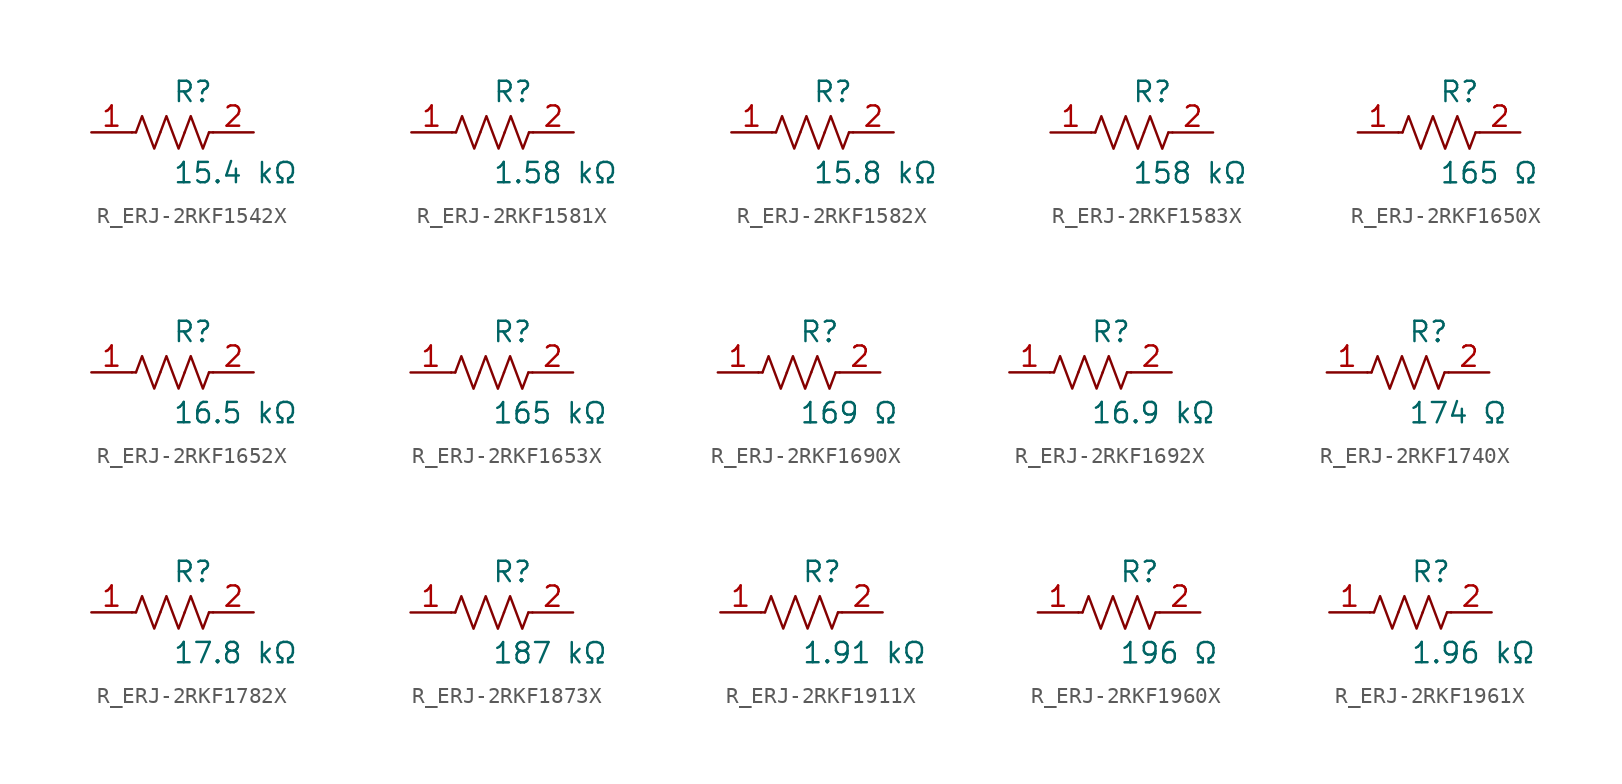
<source format=kicad_sym>
(kicad_symbol_lib
  (version 20231120)
  (generator kicad_symbol_editor)
  (generator_version 8.0)
  (symbol "R_ERJ-2RKF1542X"
    (pin_names
      (offset 0.254))
    (property "Reference" "R"
      (at 0.0 2.54 0)
      (effects (font (size 1.27 1.27)) (justify left)))
    (property "Value" "15.4 kΩ"
      (at 0.0 -2.54 0)
      (effects (font (size 1.27 1.27)) (justify left)))
    (symbol "R_ERJ-2RKF1542X_0_1"
      (polyline (pts (xy 2.286 0) (xy 2.54 0)) (stroke (width 0) (type default)) (fill (type none)))
      (polyline (pts (xy -2.286 0) (xy -2.54 0)) (stroke (width 0) (type default)) (fill (type none)))
      (polyline (pts (xy 0.762 0) (xy 1.143 1.016) (xy 1.524 0) (xy 1.905 -1.016) (xy 2.286 0)) (stroke (width 0) (type default)) (fill (type none)))
      (polyline (pts (xy -0.762 0) (xy -0.381 1.016) (xy 0 0) (xy 0.381 -1.016) (xy 0.762 0)) (stroke (width 0) (type default)) (fill (type none)))
      (polyline (pts (xy -2.286 0) (xy -1.905 1.016) (xy -1.524 0) (xy -1.143 -1.016) (xy -0.762 0)) (stroke (width 0) (type default)) (fill (type none))))
    (pin unspecified line
      (at -5.08 0 0)
      (length 2.54)
      (name "" (effects (font (size 1.27 1.27))))
      (number "1" (effects (font (size 1.27 1.27)))))
    (pin unspecified line
      (at 5.08 0 180)
      (length 2.54)
      (name "" (effects (font (size 1.27 1.27))))
      (number "2" (effects (font (size 1.27 1.27))))))
  (symbol "R_ERJ-2RKF1581X"
    (pin_names
      (offset 0.254))
    (property "Reference" "R"
      (at 0.0 2.54 0)
      (effects (font (size 1.27 1.27)) (justify left)))
    (property "Value" "1.58 kΩ"
      (at 0.0 -2.54 0)
      (effects (font (size 1.27 1.27)) (justify left)))
    (symbol "R_ERJ-2RKF1581X_0_1"
      (polyline (pts (xy 2.286 0) (xy 2.54 0)) (stroke (width 0) (type default)) (fill (type none)))
      (polyline (pts (xy -2.286 0) (xy -2.54 0)) (stroke (width 0) (type default)) (fill (type none)))
      (polyline (pts (xy 0.762 0) (xy 1.143 1.016) (xy 1.524 0) (xy 1.905 -1.016) (xy 2.286 0)) (stroke (width 0) (type default)) (fill (type none)))
      (polyline (pts (xy -0.762 0) (xy -0.381 1.016) (xy 0 0) (xy 0.381 -1.016) (xy 0.762 0)) (stroke (width 0) (type default)) (fill (type none)))
      (polyline (pts (xy -2.286 0) (xy -1.905 1.016) (xy -1.524 0) (xy -1.143 -1.016) (xy -0.762 0)) (stroke (width 0) (type default)) (fill (type none))))
    (pin unspecified line
      (at -5.08 0 0)
      (length 2.54)
      (name "" (effects (font (size 1.27 1.27))))
      (number "1" (effects (font (size 1.27 1.27)))))
    (pin unspecified line
      (at 5.08 0 180)
      (length 2.54)
      (name "" (effects (font (size 1.27 1.27))))
      (number "2" (effects (font (size 1.27 1.27))))))
  (symbol "R_ERJ-2RKF1582X"
    (pin_names
      (offset 0.254))
    (property "Reference" "R"
      (at 0.0 2.54 0)
      (effects (font (size 1.27 1.27)) (justify left)))
    (property "Value" "15.8 kΩ"
      (at 0.0 -2.54 0)
      (effects (font (size 1.27 1.27)) (justify left)))
    (symbol "R_ERJ-2RKF1582X_0_1"
      (polyline (pts (xy 2.286 0) (xy 2.54 0)) (stroke (width 0) (type default)) (fill (type none)))
      (polyline (pts (xy -2.286 0) (xy -2.54 0)) (stroke (width 0) (type default)) (fill (type none)))
      (polyline (pts (xy 0.762 0) (xy 1.143 1.016) (xy 1.524 0) (xy 1.905 -1.016) (xy 2.286 0)) (stroke (width 0) (type default)) (fill (type none)))
      (polyline (pts (xy -0.762 0) (xy -0.381 1.016) (xy 0 0) (xy 0.381 -1.016) (xy 0.762 0)) (stroke (width 0) (type default)) (fill (type none)))
      (polyline (pts (xy -2.286 0) (xy -1.905 1.016) (xy -1.524 0) (xy -1.143 -1.016) (xy -0.762 0)) (stroke (width 0) (type default)) (fill (type none))))
    (pin unspecified line
      (at -5.08 0 0)
      (length 2.54)
      (name "" (effects (font (size 1.27 1.27))))
      (number "1" (effects (font (size 1.27 1.27)))))
    (pin unspecified line
      (at 5.08 0 180)
      (length 2.54)
      (name "" (effects (font (size 1.27 1.27))))
      (number "2" (effects (font (size 1.27 1.27))))))
  (symbol "R_ERJ-2RKF1583X"
    (pin_names
      (offset 0.254))
    (property "Reference" "R"
      (at 0.0 2.54 0)
      (effects (font (size 1.27 1.27)) (justify left)))
    (property "Value" "158 kΩ"
      (at 0.0 -2.54 0)
      (effects (font (size 1.27 1.27)) (justify left)))
    (symbol "R_ERJ-2RKF1583X_0_1"
      (polyline (pts (xy 2.286 0) (xy 2.54 0)) (stroke (width 0) (type default)) (fill (type none)))
      (polyline (pts (xy -2.286 0) (xy -2.54 0)) (stroke (width 0) (type default)) (fill (type none)))
      (polyline (pts (xy 0.762 0) (xy 1.143 1.016) (xy 1.524 0) (xy 1.905 -1.016) (xy 2.286 0)) (stroke (width 0) (type default)) (fill (type none)))
      (polyline (pts (xy -0.762 0) (xy -0.381 1.016) (xy 0 0) (xy 0.381 -1.016) (xy 0.762 0)) (stroke (width 0) (type default)) (fill (type none)))
      (polyline (pts (xy -2.286 0) (xy -1.905 1.016) (xy -1.524 0) (xy -1.143 -1.016) (xy -0.762 0)) (stroke (width 0) (type default)) (fill (type none))))
    (pin unspecified line
      (at -5.08 0 0)
      (length 2.54)
      (name "" (effects (font (size 1.27 1.27))))
      (number "1" (effects (font (size 1.27 1.27)))))
    (pin unspecified line
      (at 5.08 0 180)
      (length 2.54)
      (name "" (effects (font (size 1.27 1.27))))
      (number "2" (effects (font (size 1.27 1.27))))))
  (symbol "R_ERJ-2RKF1650X"
    (pin_names
      (offset 0.254))
    (property "Reference" "R"
      (at 0.0 2.54 0)
      (effects (font (size 1.27 1.27)) (justify left)))
    (property "Value" "165 Ω"
      (at 0.0 -2.54 0)
      (effects (font (size 1.27 1.27)) (justify left)))
    (symbol "R_ERJ-2RKF1650X_0_1"
      (polyline (pts (xy 2.286 0) (xy 2.54 0)) (stroke (width 0) (type default)) (fill (type none)))
      (polyline (pts (xy -2.286 0) (xy -2.54 0)) (stroke (width 0) (type default)) (fill (type none)))
      (polyline (pts (xy 0.762 0) (xy 1.143 1.016) (xy 1.524 0) (xy 1.905 -1.016) (xy 2.286 0)) (stroke (width 0) (type default)) (fill (type none)))
      (polyline (pts (xy -0.762 0) (xy -0.381 1.016) (xy 0 0) (xy 0.381 -1.016) (xy 0.762 0)) (stroke (width 0) (type default)) (fill (type none)))
      (polyline (pts (xy -2.286 0) (xy -1.905 1.016) (xy -1.524 0) (xy -1.143 -1.016) (xy -0.762 0)) (stroke (width 0) (type default)) (fill (type none))))
    (pin unspecified line
      (at -5.08 0 0)
      (length 2.54)
      (name "" (effects (font (size 1.27 1.27))))
      (number "1" (effects (font (size 1.27 1.27)))))
    (pin unspecified line
      (at 5.08 0 180)
      (length 2.54)
      (name "" (effects (font (size 1.27 1.27))))
      (number "2" (effects (font (size 1.27 1.27))))))
  (symbol "R_ERJ-2RKF1652X"
    (pin_names
      (offset 0.254))
    (property "Reference" "R"
      (at 0.0 2.54 0)
      (effects (font (size 1.27 1.27)) (justify left)))
    (property "Value" "16.5 kΩ"
      (at 0.0 -2.54 0)
      (effects (font (size 1.27 1.27)) (justify left)))
    (symbol "R_ERJ-2RKF1652X_0_1"
      (polyline (pts (xy 2.286 0) (xy 2.54 0)) (stroke (width 0) (type default)) (fill (type none)))
      (polyline (pts (xy -2.286 0) (xy -2.54 0)) (stroke (width 0) (type default)) (fill (type none)))
      (polyline (pts (xy 0.762 0) (xy 1.143 1.016) (xy 1.524 0) (xy 1.905 -1.016) (xy 2.286 0)) (stroke (width 0) (type default)) (fill (type none)))
      (polyline (pts (xy -0.762 0) (xy -0.381 1.016) (xy 0 0) (xy 0.381 -1.016) (xy 0.762 0)) (stroke (width 0) (type default)) (fill (type none)))
      (polyline (pts (xy -2.286 0) (xy -1.905 1.016) (xy -1.524 0) (xy -1.143 -1.016) (xy -0.762 0)) (stroke (width 0) (type default)) (fill (type none))))
    (pin unspecified line
      (at -5.08 0 0)
      (length 2.54)
      (name "" (effects (font (size 1.27 1.27))))
      (number "1" (effects (font (size 1.27 1.27)))))
    (pin unspecified line
      (at 5.08 0 180)
      (length 2.54)
      (name "" (effects (font (size 1.27 1.27))))
      (number "2" (effects (font (size 1.27 1.27))))))
  (symbol "R_ERJ-2RKF1653X"
    (pin_names
      (offset 0.254))
    (property "Reference" "R"
      (at 0.0 2.54 0)
      (effects (font (size 1.27 1.27)) (justify left)))
    (property "Value" "165 kΩ"
      (at 0.0 -2.54 0)
      (effects (font (size 1.27 1.27)) (justify left)))
    (symbol "R_ERJ-2RKF1653X_0_1"
      (polyline (pts (xy 2.286 0) (xy 2.54 0)) (stroke (width 0) (type default)) (fill (type none)))
      (polyline (pts (xy -2.286 0) (xy -2.54 0)) (stroke (width 0) (type default)) (fill (type none)))
      (polyline (pts (xy 0.762 0) (xy 1.143 1.016) (xy 1.524 0) (xy 1.905 -1.016) (xy 2.286 0)) (stroke (width 0) (type default)) (fill (type none)))
      (polyline (pts (xy -0.762 0) (xy -0.381 1.016) (xy 0 0) (xy 0.381 -1.016) (xy 0.762 0)) (stroke (width 0) (type default)) (fill (type none)))
      (polyline (pts (xy -2.286 0) (xy -1.905 1.016) (xy -1.524 0) (xy -1.143 -1.016) (xy -0.762 0)) (stroke (width 0) (type default)) (fill (type none))))
    (pin unspecified line
      (at -5.08 0 0)
      (length 2.54)
      (name "" (effects (font (size 1.27 1.27))))
      (number "1" (effects (font (size 1.27 1.27)))))
    (pin unspecified line
      (at 5.08 0 180)
      (length 2.54)
      (name "" (effects (font (size 1.27 1.27))))
      (number "2" (effects (font (size 1.27 1.27))))))
  (symbol "R_ERJ-2RKF1690X"
    (pin_names
      (offset 0.254))
    (property "Reference" "R"
      (at 0.0 2.54 0)
      (effects (font (size 1.27 1.27)) (justify left)))
    (property "Value" "169 Ω"
      (at 0.0 -2.54 0)
      (effects (font (size 1.27 1.27)) (justify left)))
    (symbol "R_ERJ-2RKF1690X_0_1"
      (polyline (pts (xy 2.286 0) (xy 2.54 0)) (stroke (width 0) (type default)) (fill (type none)))
      (polyline (pts (xy -2.286 0) (xy -2.54 0)) (stroke (width 0) (type default)) (fill (type none)))
      (polyline (pts (xy 0.762 0) (xy 1.143 1.016) (xy 1.524 0) (xy 1.905 -1.016) (xy 2.286 0)) (stroke (width 0) (type default)) (fill (type none)))
      (polyline (pts (xy -0.762 0) (xy -0.381 1.016) (xy 0 0) (xy 0.381 -1.016) (xy 0.762 0)) (stroke (width 0) (type default)) (fill (type none)))
      (polyline (pts (xy -2.286 0) (xy -1.905 1.016) (xy -1.524 0) (xy -1.143 -1.016) (xy -0.762 0)) (stroke (width 0) (type default)) (fill (type none))))
    (pin unspecified line
      (at -5.08 0 0)
      (length 2.54)
      (name "" (effects (font (size 1.27 1.27))))
      (number "1" (effects (font (size 1.27 1.27)))))
    (pin unspecified line
      (at 5.08 0 180)
      (length 2.54)
      (name "" (effects (font (size 1.27 1.27))))
      (number "2" (effects (font (size 1.27 1.27))))))
  (symbol "R_ERJ-2RKF1692X"
    (pin_names
      (offset 0.254))
    (property "Reference" "R"
      (at 0.0 2.54 0)
      (effects (font (size 1.27 1.27)) (justify left)))
    (property "Value" "16.9 kΩ"
      (at 0.0 -2.54 0)
      (effects (font (size 1.27 1.27)) (justify left)))
    (symbol "R_ERJ-2RKF1692X_0_1"
      (polyline (pts (xy 2.286 0) (xy 2.54 0)) (stroke (width 0) (type default)) (fill (type none)))
      (polyline (pts (xy -2.286 0) (xy -2.54 0)) (stroke (width 0) (type default)) (fill (type none)))
      (polyline (pts (xy 0.762 0) (xy 1.143 1.016) (xy 1.524 0) (xy 1.905 -1.016) (xy 2.286 0)) (stroke (width 0) (type default)) (fill (type none)))
      (polyline (pts (xy -0.762 0) (xy -0.381 1.016) (xy 0 0) (xy 0.381 -1.016) (xy 0.762 0)) (stroke (width 0) (type default)) (fill (type none)))
      (polyline (pts (xy -2.286 0) (xy -1.905 1.016) (xy -1.524 0) (xy -1.143 -1.016) (xy -0.762 0)) (stroke (width 0) (type default)) (fill (type none))))
    (pin unspecified line
      (at -5.08 0 0)
      (length 2.54)
      (name "" (effects (font (size 1.27 1.27))))
      (number "1" (effects (font (size 1.27 1.27)))))
    (pin unspecified line
      (at 5.08 0 180)
      (length 2.54)
      (name "" (effects (font (size 1.27 1.27))))
      (number "2" (effects (font (size 1.27 1.27))))))
  (symbol "R_ERJ-2RKF1740X"
    (pin_names
      (offset 0.254))
    (property "Reference" "R"
      (at 0.0 2.54 0)
      (effects (font (size 1.27 1.27)) (justify left)))
    (property "Value" "174 Ω"
      (at 0.0 -2.54 0)
      (effects (font (size 1.27 1.27)) (justify left)))
    (symbol "R_ERJ-2RKF1740X_0_1"
      (polyline (pts (xy 2.286 0) (xy 2.54 0)) (stroke (width 0) (type default)) (fill (type none)))
      (polyline (pts (xy -2.286 0) (xy -2.54 0)) (stroke (width 0) (type default)) (fill (type none)))
      (polyline (pts (xy 0.762 0) (xy 1.143 1.016) (xy 1.524 0) (xy 1.905 -1.016) (xy 2.286 0)) (stroke (width 0) (type default)) (fill (type none)))
      (polyline (pts (xy -0.762 0) (xy -0.381 1.016) (xy 0 0) (xy 0.381 -1.016) (xy 0.762 0)) (stroke (width 0) (type default)) (fill (type none)))
      (polyline (pts (xy -2.286 0) (xy -1.905 1.016) (xy -1.524 0) (xy -1.143 -1.016) (xy -0.762 0)) (stroke (width 0) (type default)) (fill (type none))))
    (pin unspecified line
      (at -5.08 0 0)
      (length 2.54)
      (name "" (effects (font (size 1.27 1.27))))
      (number "1" (effects (font (size 1.27 1.27)))))
    (pin unspecified line
      (at 5.08 0 180)
      (length 2.54)
      (name "" (effects (font (size 1.27 1.27))))
      (number "2" (effects (font (size 1.27 1.27))))))
  (symbol "R_ERJ-2RKF1782X"
    (pin_names
      (offset 0.254))
    (property "Reference" "R"
      (at 0.0 2.54 0)
      (effects (font (size 1.27 1.27)) (justify left)))
    (property "Value" "17.8 kΩ"
      (at 0.0 -2.54 0)
      (effects (font (size 1.27 1.27)) (justify left)))
    (symbol "R_ERJ-2RKF1782X_0_1"
      (polyline (pts (xy 2.286 0) (xy 2.54 0)) (stroke (width 0) (type default)) (fill (type none)))
      (polyline (pts (xy -2.286 0) (xy -2.54 0)) (stroke (width 0) (type default)) (fill (type none)))
      (polyline (pts (xy 0.762 0) (xy 1.143 1.016) (xy 1.524 0) (xy 1.905 -1.016) (xy 2.286 0)) (stroke (width 0) (type default)) (fill (type none)))
      (polyline (pts (xy -0.762 0) (xy -0.381 1.016) (xy 0 0) (xy 0.381 -1.016) (xy 0.762 0)) (stroke (width 0) (type default)) (fill (type none)))
      (polyline (pts (xy -2.286 0) (xy -1.905 1.016) (xy -1.524 0) (xy -1.143 -1.016) (xy -0.762 0)) (stroke (width 0) (type default)) (fill (type none))))
    (pin unspecified line
      (at -5.08 0 0)
      (length 2.54)
      (name "" (effects (font (size 1.27 1.27))))
      (number "1" (effects (font (size 1.27 1.27)))))
    (pin unspecified line
      (at 5.08 0 180)
      (length 2.54)
      (name "" (effects (font (size 1.27 1.27))))
      (number "2" (effects (font (size 1.27 1.27))))))
  (symbol "R_ERJ-2RKF1873X"
    (pin_names
      (offset 0.254))
    (property "Reference" "R"
      (at 0.0 2.54 0)
      (effects (font (size 1.27 1.27)) (justify left)))
    (property "Value" "187 kΩ"
      (at 0.0 -2.54 0)
      (effects (font (size 1.27 1.27)) (justify left)))
    (symbol "R_ERJ-2RKF1873X_0_1"
      (polyline (pts (xy 2.286 0) (xy 2.54 0)) (stroke (width 0) (type default)) (fill (type none)))
      (polyline (pts (xy -2.286 0) (xy -2.54 0)) (stroke (width 0) (type default)) (fill (type none)))
      (polyline (pts (xy 0.762 0) (xy 1.143 1.016) (xy 1.524 0) (xy 1.905 -1.016) (xy 2.286 0)) (stroke (width 0) (type default)) (fill (type none)))
      (polyline (pts (xy -0.762 0) (xy -0.381 1.016) (xy 0 0) (xy 0.381 -1.016) (xy 0.762 0)) (stroke (width 0) (type default)) (fill (type none)))
      (polyline (pts (xy -2.286 0) (xy -1.905 1.016) (xy -1.524 0) (xy -1.143 -1.016) (xy -0.762 0)) (stroke (width 0) (type default)) (fill (type none))))
    (pin unspecified line
      (at -5.08 0 0)
      (length 2.54)
      (name "" (effects (font (size 1.27 1.27))))
      (number "1" (effects (font (size 1.27 1.27)))))
    (pin unspecified line
      (at 5.08 0 180)
      (length 2.54)
      (name "" (effects (font (size 1.27 1.27))))
      (number "2" (effects (font (size 1.27 1.27))))))
  (symbol "R_ERJ-2RKF1911X"
    (pin_names
      (offset 0.254))
    (property "Reference" "R"
      (at 0.0 2.54 0)
      (effects (font (size 1.27 1.27)) (justify left)))
    (property "Value" "1.91 kΩ"
      (at 0.0 -2.54 0)
      (effects (font (size 1.27 1.27)) (justify left)))
    (symbol "R_ERJ-2RKF1911X_0_1"
      (polyline (pts (xy 2.286 0) (xy 2.54 0)) (stroke (width 0) (type default)) (fill (type none)))
      (polyline (pts (xy -2.286 0) (xy -2.54 0)) (stroke (width 0) (type default)) (fill (type none)))
      (polyline (pts (xy 0.762 0) (xy 1.143 1.016) (xy 1.524 0) (xy 1.905 -1.016) (xy 2.286 0)) (stroke (width 0) (type default)) (fill (type none)))
      (polyline (pts (xy -0.762 0) (xy -0.381 1.016) (xy 0 0) (xy 0.381 -1.016) (xy 0.762 0)) (stroke (width 0) (type default)) (fill (type none)))
      (polyline (pts (xy -2.286 0) (xy -1.905 1.016) (xy -1.524 0) (xy -1.143 -1.016) (xy -0.762 0)) (stroke (width 0) (type default)) (fill (type none))))
    (pin unspecified line
      (at -5.08 0 0)
      (length 2.54)
      (name "" (effects (font (size 1.27 1.27))))
      (number "1" (effects (font (size 1.27 1.27)))))
    (pin unspecified line
      (at 5.08 0 180)
      (length 2.54)
      (name "" (effects (font (size 1.27 1.27))))
      (number "2" (effects (font (size 1.27 1.27))))))
  (symbol "R_ERJ-2RKF1960X"
    (pin_names
      (offset 0.254))
    (property "Reference" "R"
      (at 0.0 2.54 0)
      (effects (font (size 1.27 1.27)) (justify left)))
    (property "Value" "196 Ω"
      (at 0.0 -2.54 0)
      (effects (font (size 1.27 1.27)) (justify left)))
    (symbol "R_ERJ-2RKF1960X_0_1"
      (polyline (pts (xy 2.286 0) (xy 2.54 0)) (stroke (width 0) (type default)) (fill (type none)))
      (polyline (pts (xy -2.286 0) (xy -2.54 0)) (stroke (width 0) (type default)) (fill (type none)))
      (polyline (pts (xy 0.762 0) (xy 1.143 1.016) (xy 1.524 0) (xy 1.905 -1.016) (xy 2.286 0)) (stroke (width 0) (type default)) (fill (type none)))
      (polyline (pts (xy -0.762 0) (xy -0.381 1.016) (xy 0 0) (xy 0.381 -1.016) (xy 0.762 0)) (stroke (width 0) (type default)) (fill (type none)))
      (polyline (pts (xy -2.286 0) (xy -1.905 1.016) (xy -1.524 0) (xy -1.143 -1.016) (xy -0.762 0)) (stroke (width 0) (type default)) (fill (type none))))
    (pin unspecified line
      (at -5.08 0 0)
      (length 2.54)
      (name "" (effects (font (size 1.27 1.27))))
      (number "1" (effects (font (size 1.27 1.27)))))
    (pin unspecified line
      (at 5.08 0 180)
      (length 2.54)
      (name "" (effects (font (size 1.27 1.27))))
      (number "2" (effects (font (size 1.27 1.27))))))
  (symbol "R_ERJ-2RKF1961X"
    (pin_names
      (offset 0.254))
    (property "Reference" "R"
      (at 0.0 2.54 0)
      (effects (font (size 1.27 1.27)) (justify left)))
    (property "Value" "1.96 kΩ"
      (at 0.0 -2.54 0)
      (effects (font (size 1.27 1.27)) (justify left)))
    (symbol "R_ERJ-2RKF1961X_0_1"
      (polyline (pts (xy 2.286 0) (xy 2.54 0)) (stroke (width 0) (type default)) (fill (type none)))
      (polyline (pts (xy -2.286 0) (xy -2.54 0)) (stroke (width 0) (type default)) (fill (type none)))
      (polyline (pts (xy 0.762 0) (xy 1.143 1.016) (xy 1.524 0) (xy 1.905 -1.016) (xy 2.286 0)) (stroke (width 0) (type default)) (fill (type none)))
      (polyline (pts (xy -0.762 0) (xy -0.381 1.016) (xy 0 0) (xy 0.381 -1.016) (xy 0.762 0)) (stroke (width 0) (type default)) (fill (type none)))
      (polyline (pts (xy -2.286 0) (xy -1.905 1.016) (xy -1.524 0) (xy -1.143 -1.016) (xy -0.762 0)) (stroke (width 0) (type default)) (fill (type none))))
    (pin unspecified line
      (at -5.08 0 0)
      (length 2.54)
      (name "" (effects (font (size 1.27 1.27))))
      (number "1" (effects (font (size 1.27 1.27)))))
    (pin unspecified line
      (at 5.08 0 180)
      (length 2.54)
      (name "" (effects (font (size 1.27 1.27))))
      (number "2" (effects (font (size 1.27 1.27)))))))
</source>
